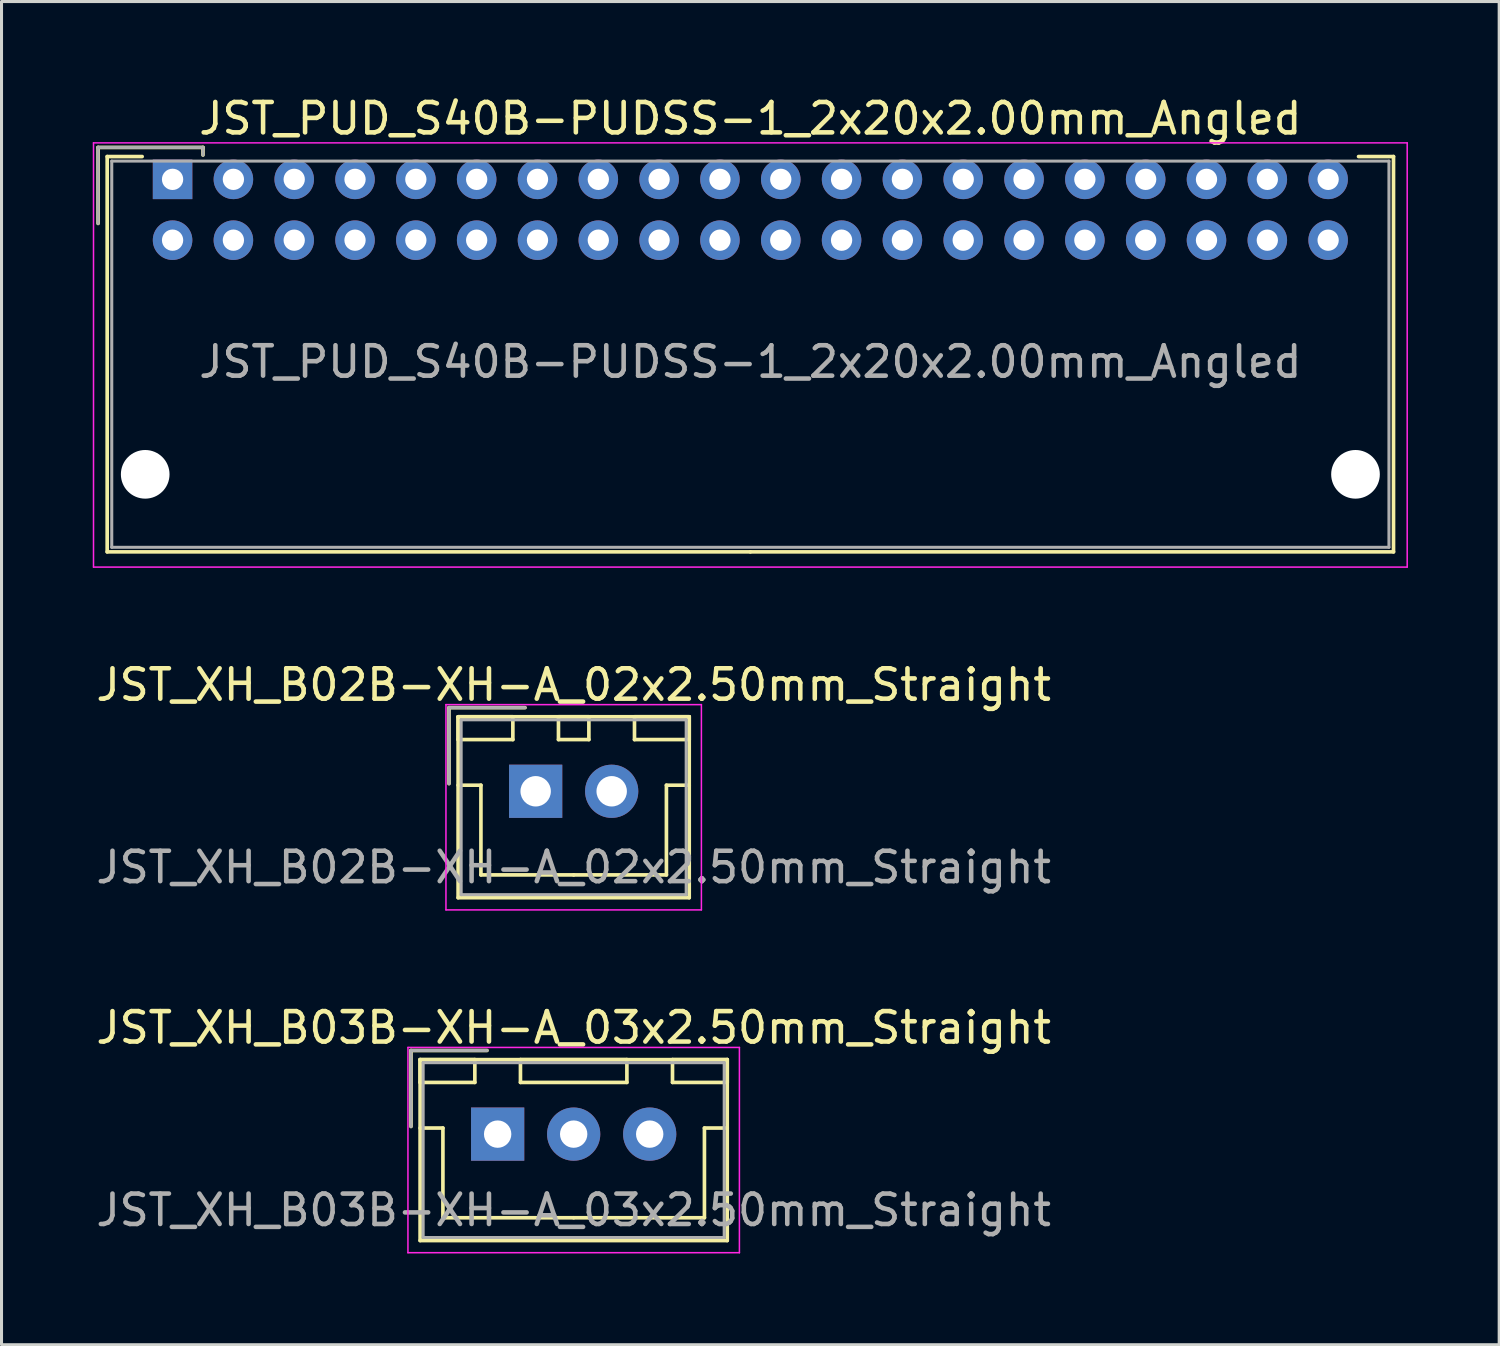
<source format=kicad_pcb>
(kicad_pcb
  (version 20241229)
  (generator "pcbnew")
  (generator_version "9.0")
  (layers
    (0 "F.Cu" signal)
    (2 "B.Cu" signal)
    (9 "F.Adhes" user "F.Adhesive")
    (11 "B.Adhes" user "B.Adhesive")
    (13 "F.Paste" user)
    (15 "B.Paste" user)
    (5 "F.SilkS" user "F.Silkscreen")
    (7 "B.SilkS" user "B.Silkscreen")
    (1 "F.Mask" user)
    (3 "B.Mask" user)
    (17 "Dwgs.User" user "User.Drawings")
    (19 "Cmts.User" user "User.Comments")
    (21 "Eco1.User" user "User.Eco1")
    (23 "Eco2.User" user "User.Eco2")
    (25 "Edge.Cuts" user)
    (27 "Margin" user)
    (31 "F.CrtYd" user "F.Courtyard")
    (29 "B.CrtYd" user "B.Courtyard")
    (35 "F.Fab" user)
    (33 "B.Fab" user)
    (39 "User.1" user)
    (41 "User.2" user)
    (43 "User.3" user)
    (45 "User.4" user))
  (footprint "JST_XH_B03B-XH-A_03x2.50mm_Straight"
    (layer "F.Cu")
    (at 13.315 34.245)
    (property "Reference" "JST_XH_B03B-XH-A_03x2.50mm_Straight" (at 2.5 -3.5 0) (layer "F.SilkS") (effects (font (size 1 1) (thickness 0.15))))
    (attr through_hole)
    (fp_line (start -2.85 -2.75) (end -2.85 -0.25) (stroke (width 0.12) (type solid)) (layer "F.SilkS"))
    (fp_line (start -2.55 -2.45) (end -2.55 -1.7) (stroke (width 0.12) (type solid)) (layer "F.SilkS"))
    (fp_line (start -2.55 -2.45) (end -2.55 3.5) (stroke (width 0.12) (type solid)) (layer "F.SilkS"))
    (fp_line (start -2.55 -1.7) (end -0.75 -1.7) (stroke (width 0.12) (type solid)) (layer "F.SilkS"))
    (fp_line (start -2.55 -0.2) (end -1.8 -0.2) (stroke (width 0.12) (type solid)) (layer "F.SilkS"))
    (fp_line (start -2.55 3.5) (end 7.55 3.5) (stroke (width 0.12) (type solid)) (layer "F.SilkS"))
    (fp_line (start -1.8 -0.2) (end -1.8 2.75) (stroke (width 0.12) (type solid)) (layer "F.SilkS"))
    (fp_line (start -1.8 2.75) (end 2.5 2.75) (stroke (width 0.12) (type solid)) (layer "F.SilkS"))
    (fp_line (start -0.75 -2.45) (end -2.55 -2.45) (stroke (width 0.12) (type solid)) (layer "F.SilkS"))
    (fp_line (start -0.75 -1.7) (end -0.75 -2.45) (stroke (width 0.12) (type solid)) (layer "F.SilkS"))
    (fp_line (start -0.35 -2.75) (end -2.85 -2.75) (stroke (width 0.12) (type solid)) (layer "F.SilkS"))
    (fp_line (start 0.75 -2.45) (end 0.75 -1.7) (stroke (width 0.12) (type solid)) (layer "F.SilkS"))
    (fp_line (start 0.75 -1.7) (end 4.25 -1.7) (stroke (width 0.12) (type solid)) (layer "F.SilkS"))
    (fp_line (start 4.25 -2.45) (end 0.75 -2.45) (stroke (width 0.12) (type solid)) (layer "F.SilkS"))
    (fp_line (start 4.25 -1.7) (end 4.25 -2.45) (stroke (width 0.12) (type solid)) (layer "F.SilkS"))
    (fp_line (start 5.75 -2.45) (end 5.75 -1.7) (stroke (width 0.12) (type solid)) (layer "F.SilkS"))
    (fp_line (start 5.75 -1.7) (end 7.55 -1.7) (stroke (width 0.12) (type solid)) (layer "F.SilkS"))
    (fp_line (start 6.8 -0.2) (end 6.8 2.75) (stroke (width 0.12) (type solid)) (layer "F.SilkS"))
    (fp_line (start 6.8 2.75) (end 2.5 2.75) (stroke (width 0.12) (type solid)) (layer "F.SilkS"))
    (fp_line (start 7.55 -2.45) (end -2.55 -2.45) (stroke (width 0.12) (type solid)) (layer "F.SilkS"))
    (fp_line (start 7.55 -2.45) (end 5.75 -2.45) (stroke (width 0.12) (type solid)) (layer "F.SilkS"))
    (fp_line (start 7.55 -1.7) (end 7.55 -2.45) (stroke (width 0.12) (type solid)) (layer "F.SilkS"))
    (fp_line (start 7.55 -0.2) (end 6.8 -0.2) (stroke (width 0.12) (type solid)) (layer "F.SilkS"))
    (fp_line (start 7.55 3.5) (end 7.55 -2.45) (stroke (width 0.12) (type solid)) (layer "F.SilkS"))
    (fp_line (start -2.95 -2.85) (end -2.95 3.9) (stroke (width 0.05) (type solid)) (layer "F.CrtYd"))
    (fp_line (start -2.95 3.9) (end 7.95 3.9) (stroke (width 0.05) (type solid)) (layer "F.CrtYd"))
    (fp_line (start 7.95 -2.85) (end -2.95 -2.85) (stroke (width 0.05) (type solid)) (layer "F.CrtYd"))
    (fp_line (start 7.95 3.9) (end 7.95 -2.85) (stroke (width 0.05) (type solid)) (layer "F.CrtYd"))
    (fp_line (start -2.85 -2.75) (end -2.85 -0.25) (stroke (width 0.1) (type solid)) (layer "F.Fab"))
    (fp_line (start -2.45 -2.35) (end -2.45 3.4) (stroke (width 0.1) (type solid)) (layer "F.Fab"))
    (fp_line (start -2.45 3.4) (end 7.45 3.4) (stroke (width 0.1) (type solid)) (layer "F.Fab"))
    (fp_line (start -0.35 -2.75) (end -2.85 -2.75) (stroke (width 0.1) (type solid)) (layer "F.Fab"))
    (fp_line (start 7.45 -2.35) (end -2.45 -2.35) (stroke (width 0.1) (type solid)) (layer "F.Fab"))
    (fp_line (start 7.45 3.4) (end 7.45 -2.35) (stroke (width 0.1) (type solid)) (layer "F.Fab"))
    (fp_text user "${REFERENCE}" (at 2.5 2.5 0) (layer "F.Fab") (effects (font (size 1 1) (thickness 0.15))))
    (pad "1" thru_hole rect (at 0 0) (size 1.75 1.75) (drill 0.9) (layers "*.Cu" "*.Mask"))
    (pad "2" thru_hole circle (at 2.5 0) (size 1.75 1.75) (drill 0.9) (layers "*.Cu" "*.Mask"))
    (pad "3" thru_hole circle (at 5 0) (size 1.75 1.75) (drill 0.9) (layers "*.Cu" "*.Mask")))
  (footprint "JST_PUD_S40B-PUDSS-1_2x20x2.00mm_Angled"
    (layer "F.Cu")
    (at 2.625 2.848)
    (property "Reference" "JST_PUD_S40B-PUDSS-1_2x20x2.00mm_Angled" (at 19 -2 0) (layer "F.SilkS") (effects (font (size 1 1) (thickness 0.15))))
    (attr through_hole)
    (fp_line (start -2.45 -1.05) (end -2.45 1.45) (stroke (width 0.12) (type solid)) (layer "F.SilkS"))
    (fp_line (start -2.15 -0.75) (end -2.15 12.25) (stroke (width 0.12) (type solid)) (layer "F.SilkS"))
    (fp_line (start -2.15 12.25) (end 19 12.25) (stroke (width 0.12) (type solid)) (layer "F.SilkS"))
    (fp_line (start -1 -0.75) (end -2.15 -0.75) (stroke (width 0.12) (type solid)) (layer "F.SilkS"))
    (fp_line (start 1 -1.05) (end -2.45 -1.05) (stroke (width 0.12) (type solid)) (layer "F.SilkS"))
    (fp_line (start 1 -0.8) (end 1 -1.05) (stroke (width 0.12) (type solid)) (layer "F.SilkS"))
    (fp_line (start 39 -0.75) (end 40.15 -0.75) (stroke (width 0.12) (type solid)) (layer "F.SilkS"))
    (fp_line (start 40.15 -0.75) (end 40.15 12.25) (stroke (width 0.12) (type solid)) (layer "F.SilkS"))
    (fp_line (start 40.15 12.25) (end 19 12.25) (stroke (width 0.12) (type solid)) (layer "F.SilkS"))
    (fp_line (start -2.6 -1.2) (end -2.6 12.75) (stroke (width 0.05) (type solid)) (layer "F.CrtYd"))
    (fp_line (start -2.6 12.75) (end 40.6 12.75) (stroke (width 0.05) (type solid)) (layer "F.CrtYd"))
    (fp_line (start 40.6 -1.2) (end -2.6 -1.2) (stroke (width 0.05) (type solid)) (layer "F.CrtYd"))
    (fp_line (start 40.6 12.75) (end 40.6 -1.2) (stroke (width 0.05) (type solid)) (layer "F.CrtYd"))
    (fp_line (start -2.45 -1.05) (end -2.45 1.45) (stroke (width 0.1) (type solid)) (layer "F.Fab"))
    (fp_line (start -2 -0.6) (end -2 12.1) (stroke (width 0.1) (type solid)) (layer "F.Fab"))
    (fp_line (start -2 12.1) (end 40 12.1) (stroke (width 0.1) (type solid)) (layer "F.Fab"))
    (fp_line (start 1 -1.05) (end -2.45 -1.05) (stroke (width 0.1) (type solid)) (layer "F.Fab"))
    (fp_line (start 1 -0.8) (end 1 -1.05) (stroke (width 0.1) (type solid)) (layer "F.Fab"))
    (fp_line (start 40 -0.6) (end -2 -0.6) (stroke (width 0.1) (type solid)) (layer "F.Fab"))
    (fp_line (start 40 12.1) (end 40 -0.6) (stroke (width 0.1) (type solid)) (layer "F.Fab"))
    (fp_text user "${REFERENCE}" (at 19 6 0) (layer "F.Fab") (effects (font (size 1 1) (thickness 0.15))))
    (pad "" np_thru_hole circle (at -0.9 9.7) (size 1.6 1.6) (drill 1.6) (layers "*.Cu"))
    (pad "" np_thru_hole circle (at 38.9 9.7) (size 1.6 1.6) (drill 1.6) (layers "*.Cu"))
    (pad "1" thru_hole rect (at 0 0) (size 1.3 1.3) (drill 0.7) (layers "*.Cu" "*.Mask"))
    (pad "2" thru_hole circle (at 0 2) (size 1.3 1.3) (drill 0.7) (layers "*.Cu" "*.Mask"))
    (pad "3" thru_hole circle (at 2 0) (size 1.3 1.3) (drill 0.7) (layers "*.Cu" "*.Mask"))
    (pad "4" thru_hole circle (at 2 2) (size 1.3 1.3) (drill 0.7) (layers "*.Cu" "*.Mask"))
    (pad "5" thru_hole circle (at 4 0) (size 1.3 1.3) (drill 0.7) (layers "*.Cu" "*.Mask"))
    (pad "6" thru_hole circle (at 4 2) (size 1.3 1.3) (drill 0.7) (layers "*.Cu" "*.Mask"))
    (pad "7" thru_hole circle (at 6 0) (size 1.3 1.3) (drill 0.7) (layers "*.Cu" "*.Mask"))
    (pad "8" thru_hole circle (at 6 2) (size 1.3 1.3) (drill 0.7) (layers "*.Cu" "*.Mask"))
    (pad "9" thru_hole circle (at 8 0) (size 1.3 1.3) (drill 0.7) (layers "*.Cu" "*.Mask"))
    (pad "10" thru_hole circle (at 8 2) (size 1.3 1.3) (drill 0.7) (layers "*.Cu" "*.Mask"))
    (pad "11" thru_hole circle (at 10 0) (size 1.3 1.3) (drill 0.7) (layers "*.Cu" "*.Mask"))
    (pad "12" thru_hole circle (at 10 2) (size 1.3 1.3) (drill 0.7) (layers "*.Cu" "*.Mask"))
    (pad "13" thru_hole circle (at 12 0) (size 1.3 1.3) (drill 0.7) (layers "*.Cu" "*.Mask"))
    (pad "14" thru_hole circle (at 12 2) (size 1.3 1.3) (drill 0.7) (layers "*.Cu" "*.Mask"))
    (pad "15" thru_hole circle (at 14 0) (size 1.3 1.3) (drill 0.7) (layers "*.Cu" "*.Mask"))
    (pad "16" thru_hole circle (at 14 2) (size 1.3 1.3) (drill 0.7) (layers "*.Cu" "*.Mask"))
    (pad "17" thru_hole circle (at 16 0) (size 1.3 1.3) (drill 0.7) (layers "*.Cu" "*.Mask"))
    (pad "18" thru_hole circle (at 16 2) (size 1.3 1.3) (drill 0.7) (layers "*.Cu" "*.Mask"))
    (pad "19" thru_hole circle (at 18 0) (size 1.3 1.3) (drill 0.7) (layers "*.Cu" "*.Mask"))
    (pad "20" thru_hole circle (at 18 2) (size 1.3 1.3) (drill 0.7) (layers "*.Cu" "*.Mask"))
    (pad "21" thru_hole circle (at 20 0) (size 1.3 1.3) (drill 0.7) (layers "*.Cu" "*.Mask"))
    (pad "22" thru_hole circle (at 20 2) (size 1.3 1.3) (drill 0.7) (layers "*.Cu" "*.Mask"))
    (pad "23" thru_hole circle (at 22 0) (size 1.3 1.3) (drill 0.7) (layers "*.Cu" "*.Mask"))
    (pad "24" thru_hole circle (at 22 2) (size 1.3 1.3) (drill 0.7) (layers "*.Cu" "*.Mask"))
    (pad "25" thru_hole circle (at 24 0) (size 1.3 1.3) (drill 0.7) (layers "*.Cu" "*.Mask"))
    (pad "26" thru_hole circle (at 24 2) (size 1.3 1.3) (drill 0.7) (layers "*.Cu" "*.Mask"))
    (pad "27" thru_hole circle (at 26 0) (size 1.3 1.3) (drill 0.7) (layers "*.Cu" "*.Mask"))
    (pad "28" thru_hole circle (at 26 2) (size 1.3 1.3) (drill 0.7) (layers "*.Cu" "*.Mask"))
    (pad "29" thru_hole circle (at 28 0) (size 1.3 1.3) (drill 0.7) (layers "*.Cu" "*.Mask"))
    (pad "30" thru_hole circle (at 28 2) (size 1.3 1.3) (drill 0.7) (layers "*.Cu" "*.Mask"))
    (pad "31" thru_hole circle (at 30 0) (size 1.3 1.3) (drill 0.7) (layers "*.Cu" "*.Mask"))
    (pad "32" thru_hole circle (at 30 2) (size 1.3 1.3) (drill 0.7) (layers "*.Cu" "*.Mask"))
    (pad "33" thru_hole circle (at 32 0) (size 1.3 1.3) (drill 0.7) (layers "*.Cu" "*.Mask"))
    (pad "34" thru_hole circle (at 32 2) (size 1.3 1.3) (drill 0.7) (layers "*.Cu" "*.Mask"))
    (pad "35" thru_hole circle (at 34 0) (size 1.3 1.3) (drill 0.7) (layers "*.Cu" "*.Mask"))
    (pad "36" thru_hole circle (at 34 2) (size 1.3 1.3) (drill 0.7) (layers "*.Cu" "*.Mask"))
    (pad "37" thru_hole circle (at 36 0) (size 1.3 1.3) (drill 0.7) (layers "*.Cu" "*.Mask"))
    (pad "38" thru_hole circle (at 36 2) (size 1.3 1.3) (drill 0.7) (layers "*.Cu" "*.Mask"))
    (pad "39" thru_hole circle (at 38 0) (size 1.3 1.3) (drill 0.7) (layers "*.Cu" "*.Mask"))
    (pad "40" thru_hole circle (at 38 2) (size 1.3 1.3) (drill 0.7) (layers "*.Cu" "*.Mask")))
  (footprint "JST_XH_B02B-XH-A_02x2.50mm_Straight"
    (layer "F.Cu")
    (at 14.565 22.971)
    (property "Reference" "JST_XH_B02B-XH-A_02x2.50mm_Straight" (at 1.25 -3.5 0) (layer "F.SilkS") (effects (font (size 1 1) (thickness 0.15))))
    (attr through_hole)
    (fp_line (start -2.85 -2.75) (end -2.85 -0.25) (stroke (width 0.12) (type solid)) (layer "F.SilkS"))
    (fp_line (start -2.55 -2.45) (end -2.55 -1.7) (stroke (width 0.12) (type solid)) (layer "F.SilkS"))
    (fp_line (start -2.55 -2.45) (end -2.55 3.5) (stroke (width 0.12) (type solid)) (layer "F.SilkS"))
    (fp_line (start -2.55 -1.7) (end -0.75 -1.7) (stroke (width 0.12) (type solid)) (layer "F.SilkS"))
    (fp_line (start -2.55 -0.2) (end -1.8 -0.2) (stroke (width 0.12) (type solid)) (layer "F.SilkS"))
    (fp_line (start -2.55 3.5) (end 5.05 3.5) (stroke (width 0.12) (type solid)) (layer "F.SilkS"))
    (fp_line (start -1.8 -0.2) (end -1.8 2.75) (stroke (width 0.12) (type solid)) (layer "F.SilkS"))
    (fp_line (start -1.8 2.75) (end 1.25 2.75) (stroke (width 0.12) (type solid)) (layer "F.SilkS"))
    (fp_line (start -0.75 -2.45) (end -2.55 -2.45) (stroke (width 0.12) (type solid)) (layer "F.SilkS"))
    (fp_line (start -0.75 -1.7) (end -0.75 -2.45) (stroke (width 0.12) (type solid)) (layer "F.SilkS"))
    (fp_line (start -0.35 -2.75) (end -2.85 -2.75) (stroke (width 0.12) (type solid)) (layer "F.SilkS"))
    (fp_line (start 0.75 -2.45) (end 0.75 -1.7) (stroke (width 0.12) (type solid)) (layer "F.SilkS"))
    (fp_line (start 0.75 -1.7) (end 1.75 -1.7) (stroke (width 0.12) (type solid)) (layer "F.SilkS"))
    (fp_line (start 1.75 -2.45) (end 0.75 -2.45) (stroke (width 0.12) (type solid)) (layer "F.SilkS"))
    (fp_line (start 1.75 -1.7) (end 1.75 -2.45) (stroke (width 0.12) (type solid)) (layer "F.SilkS"))
    (fp_line (start 3.25 -2.45) (end 3.25 -1.7) (stroke (width 0.12) (type solid)) (layer "F.SilkS"))
    (fp_line (start 3.25 -1.7) (end 5.05 -1.7) (stroke (width 0.12) (type solid)) (layer "F.SilkS"))
    (fp_line (start 4.3 -0.2) (end 4.3 2.75) (stroke (width 0.12) (type solid)) (layer "F.SilkS"))
    (fp_line (start 4.3 2.75) (end 1.25 2.75) (stroke (width 0.12) (type solid)) (layer "F.SilkS"))
    (fp_line (start 5.05 -2.45) (end -2.55 -2.45) (stroke (width 0.12) (type solid)) (layer "F.SilkS"))
    (fp_line (start 5.05 -2.45) (end 3.25 -2.45) (stroke (width 0.12) (type solid)) (layer "F.SilkS"))
    (fp_line (start 5.05 -1.7) (end 5.05 -2.45) (stroke (width 0.12) (type solid)) (layer "F.SilkS"))
    (fp_line (start 5.05 -0.2) (end 4.3 -0.2) (stroke (width 0.12) (type solid)) (layer "F.SilkS"))
    (fp_line (start 5.05 3.5) (end 5.05 -2.45) (stroke (width 0.12) (type solid)) (layer "F.SilkS"))
    (fp_line (start -2.95 -2.85) (end -2.95 3.9) (stroke (width 0.05) (type solid)) (layer "F.CrtYd"))
    (fp_line (start -2.95 3.9) (end 5.45 3.9) (stroke (width 0.05) (type solid)) (layer "F.CrtYd"))
    (fp_line (start 5.45 -2.85) (end -2.95 -2.85) (stroke (width 0.05) (type solid)) (layer "F.CrtYd"))
    (fp_line (start 5.45 3.9) (end 5.45 -2.85) (stroke (width 0.05) (type solid)) (layer "F.CrtYd"))
    (fp_line (start -2.85 -2.75) (end -2.85 -0.25) (stroke (width 0.1) (type solid)) (layer "F.Fab"))
    (fp_line (start -2.45 -2.35) (end -2.45 3.4) (stroke (width 0.1) (type solid)) (layer "F.Fab"))
    (fp_line (start -2.45 3.4) (end 4.95 3.4) (stroke (width 0.1) (type solid)) (layer "F.Fab"))
    (fp_line (start -0.35 -2.75) (end -2.85 -2.75) (stroke (width 0.1) (type solid)) (layer "F.Fab"))
    (fp_line (start 4.95 -2.35) (end -2.45 -2.35) (stroke (width 0.1) (type solid)) (layer "F.Fab"))
    (fp_line (start 4.95 3.4) (end 4.95 -2.35) (stroke (width 0.1) (type solid)) (layer "F.Fab"))
    (fp_text user "${REFERENCE}" (at 1.25 2.5 0) (layer "F.Fab") (effects (font (size 1 1) (thickness 0.15))))
    (pad "1" thru_hole rect (at 0 0) (size 1.75 1.75) (drill 1) (layers "*.Cu" "*.Mask"))
    (pad "2" thru_hole circle (at 2.5 0) (size 1.75 1.75) (drill 1) (layers "*.Cu" "*.Mask")))
  (gr_rect
    (start -3 -3)
    (end 46.25 41.17)
    (stroke (width 0.1) (type default))
    (fill no)
    (layer "Edge.Cuts")))
</source>
